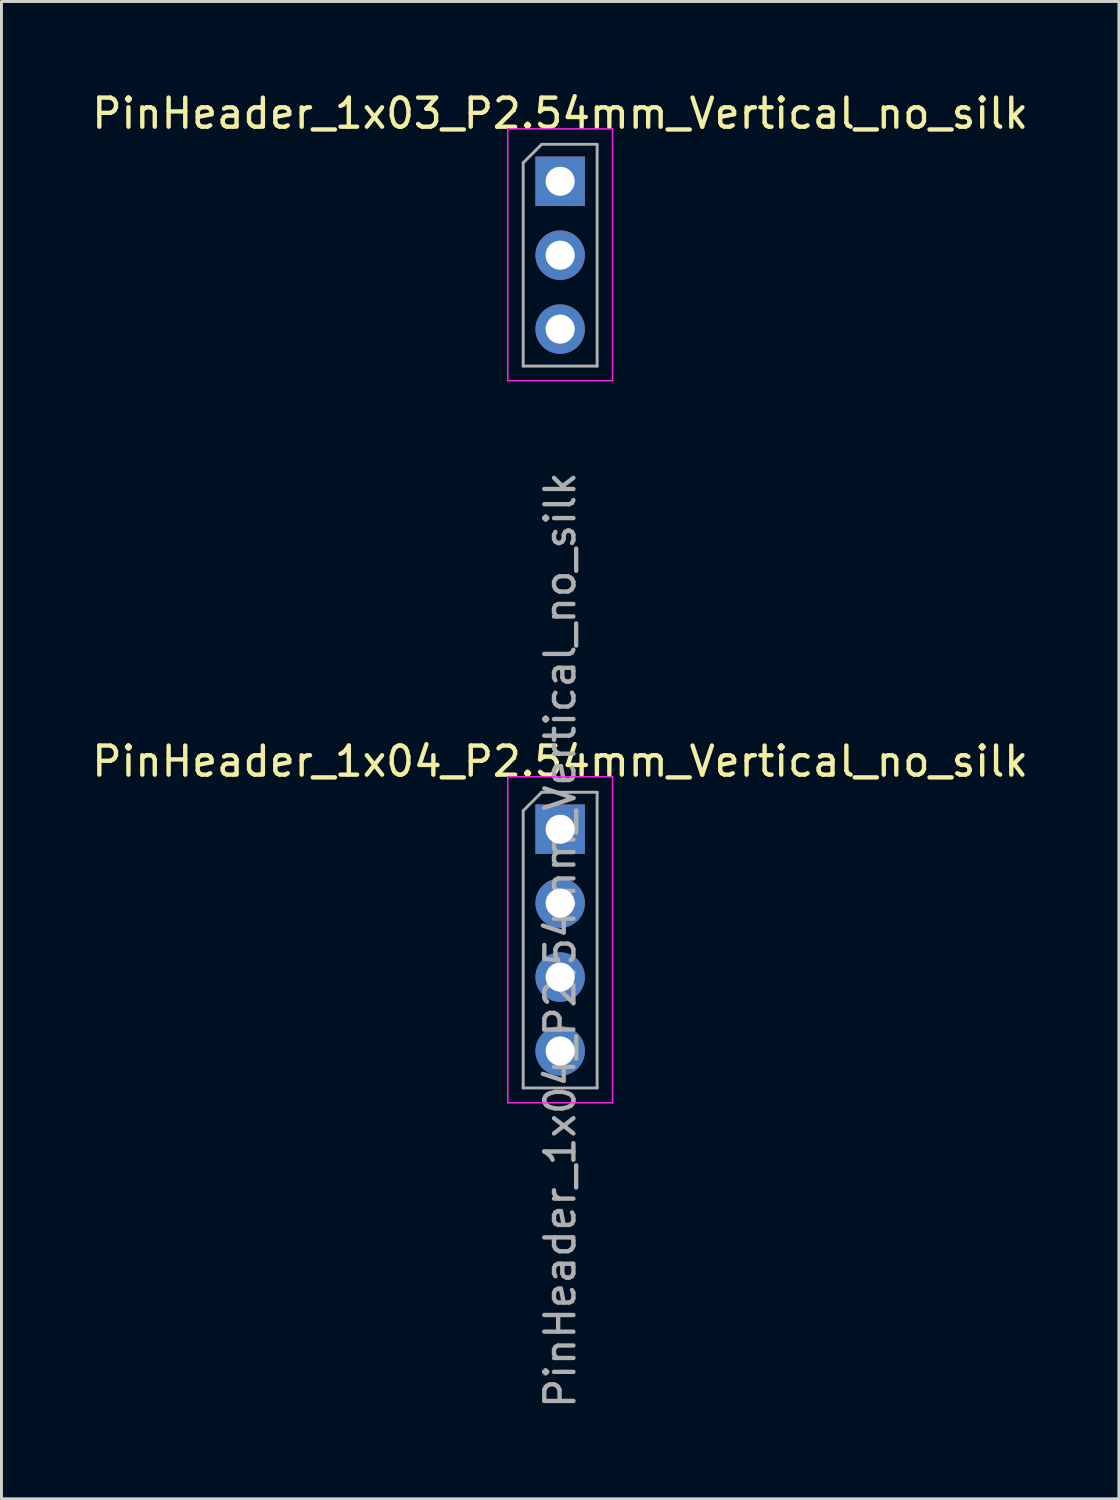
<source format=kicad_pcb>
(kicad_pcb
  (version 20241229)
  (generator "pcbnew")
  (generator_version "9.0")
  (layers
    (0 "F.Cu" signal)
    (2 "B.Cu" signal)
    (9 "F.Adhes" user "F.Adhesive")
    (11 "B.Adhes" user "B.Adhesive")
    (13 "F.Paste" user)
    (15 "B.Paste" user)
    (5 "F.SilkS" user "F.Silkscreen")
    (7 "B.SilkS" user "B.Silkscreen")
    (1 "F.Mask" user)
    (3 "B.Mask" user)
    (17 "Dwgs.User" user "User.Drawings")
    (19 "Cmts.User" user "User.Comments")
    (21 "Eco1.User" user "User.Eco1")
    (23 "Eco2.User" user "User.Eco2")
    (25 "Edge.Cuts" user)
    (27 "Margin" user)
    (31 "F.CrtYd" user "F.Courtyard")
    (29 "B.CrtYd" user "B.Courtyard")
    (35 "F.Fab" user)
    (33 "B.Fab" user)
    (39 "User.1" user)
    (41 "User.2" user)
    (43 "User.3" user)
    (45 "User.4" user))
  (footprint "PinHeader_1x04_P2.54mm_Vertical_no_silk"
    (layer "F.Cu")
    (at 16.196 25.44)
    (property "Reference" "PinHeader_1x04_P2.54mm_Vertical_no_silk" (at 0 -2.33 0) (layer "F.SilkS") (effects (font (size 1 1) (thickness 0.15))))
    (attr through_hole)
    (fp_line (start -1.8 -1.8) (end -1.8 9.4) (stroke (width 0.05) (type solid)) (layer "F.CrtYd"))
    (fp_line (start -1.8 9.4) (end 1.8 9.4) (stroke (width 0.05) (type solid)) (layer "F.CrtYd"))
    (fp_line (start 1.8 -1.8) (end -1.8 -1.8) (stroke (width 0.05) (type solid)) (layer "F.CrtYd"))
    (fp_line (start 1.8 9.4) (end 1.8 -1.8) (stroke (width 0.05) (type solid)) (layer "F.CrtYd"))
    (fp_line (start -1.27 -0.635) (end -0.635 -1.27) (stroke (width 0.1) (type solid)) (layer "F.Fab"))
    (fp_line (start -1.27 8.89) (end -1.27 -0.635) (stroke (width 0.1) (type solid)) (layer "F.Fab"))
    (fp_line (start -0.635 -1.27) (end 1.27 -1.27) (stroke (width 0.1) (type solid)) (layer "F.Fab"))
    (fp_line (start 1.27 -1.27) (end 1.27 8.89) (stroke (width 0.1) (type solid)) (layer "F.Fab"))
    (fp_line (start 1.27 8.89) (end -1.27 8.89) (stroke (width 0.1) (type solid)) (layer "F.Fab"))
    (fp_text user "${REFERENCE}" (at 0 3.81 90) (layer "F.Fab") (effects (font (size 1 1) (thickness 0.15))))
    (pad "1" thru_hole rect (at 0 0) (size 1.7 1.7) (drill 1) (layers "*.Cu" "*.Mask"))
    (pad "2" thru_hole oval (at 0 2.54) (size 1.7 1.7) (drill 1) (layers "*.Cu" "*.Mask"))
    (pad "3" thru_hole oval (at 0 5.08) (size 1.7 1.7) (drill 1) (layers "*.Cu" "*.Mask"))
    (pad "4" thru_hole oval (at 0 7.62) (size 1.7 1.7) (drill 1) (layers "*.Cu" "*.Mask")))
  (footprint "PinHeader_1x03_P2.54mm_Vertical_no_silk"
    (layer "F.Cu")
    (at 16.196 3.178)
    (property "Reference" "PinHeader_1x03_P2.54mm_Vertical_no_silk" (at 0 -2.33 0) (layer "F.SilkS") (effects (font (size 1 1) (thickness 0.15))))
    (attr through_hole)
    (fp_line (start -1.8 -1.8) (end -1.8 6.85) (stroke (width 0.05) (type solid)) (layer "F.CrtYd"))
    (fp_line (start -1.8 6.85) (end 1.8 6.85) (stroke (width 0.05) (type solid)) (layer "F.CrtYd"))
    (fp_line (start 1.8 -1.8) (end -1.8 -1.8) (stroke (width 0.05) (type solid)) (layer "F.CrtYd"))
    (fp_line (start 1.8 6.85) (end 1.8 -1.8) (stroke (width 0.05) (type solid)) (layer "F.CrtYd"))
    (fp_line (start -1.27 -0.635) (end -0.635 -1.27) (stroke (width 0.1) (type solid)) (layer "F.Fab"))
    (fp_line (start -1.27 6.35) (end -1.27 -0.635) (stroke (width 0.1) (type solid)) (layer "F.Fab"))
    (fp_line (start -0.635 -1.27) (end 1.27 -1.27) (stroke (width 0.1) (type solid)) (layer "F.Fab"))
    (fp_line (start 1.27 -1.27) (end 1.27 6.35) (stroke (width 0.1) (type solid)) (layer "F.Fab"))
    (fp_line (start 1.27 6.35) (end -1.27 6.35) (stroke (width 0.1) (type solid)) (layer "F.Fab"))
    (pad "1" thru_hole rect (at 0 0) (size 1.7 1.7) (drill 1) (layers "*.Cu" "*.Mask"))
    (pad "2" thru_hole oval (at 0 2.54) (size 1.7 1.7) (drill 1) (layers "*.Cu" "*.Mask"))
    (pad "3" thru_hole oval (at 0 5.08) (size 1.7 1.7) (drill 1) (layers "*.Cu" "*.Mask")))
  (gr_rect
    (start -3 -3)
    (end 35.393 48.446)
    (stroke (width 0.1) (type default))
    (fill no)
    (layer "Edge.Cuts")))
</source>
